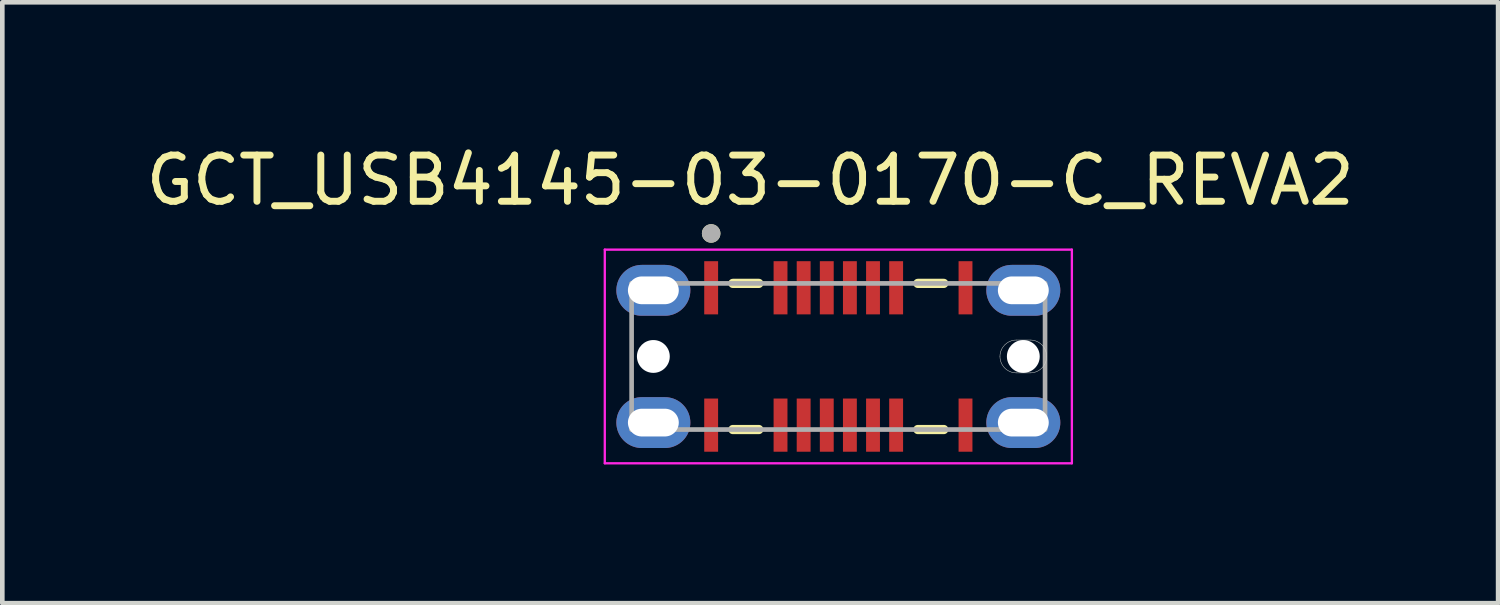
<source format=kicad_pcb>
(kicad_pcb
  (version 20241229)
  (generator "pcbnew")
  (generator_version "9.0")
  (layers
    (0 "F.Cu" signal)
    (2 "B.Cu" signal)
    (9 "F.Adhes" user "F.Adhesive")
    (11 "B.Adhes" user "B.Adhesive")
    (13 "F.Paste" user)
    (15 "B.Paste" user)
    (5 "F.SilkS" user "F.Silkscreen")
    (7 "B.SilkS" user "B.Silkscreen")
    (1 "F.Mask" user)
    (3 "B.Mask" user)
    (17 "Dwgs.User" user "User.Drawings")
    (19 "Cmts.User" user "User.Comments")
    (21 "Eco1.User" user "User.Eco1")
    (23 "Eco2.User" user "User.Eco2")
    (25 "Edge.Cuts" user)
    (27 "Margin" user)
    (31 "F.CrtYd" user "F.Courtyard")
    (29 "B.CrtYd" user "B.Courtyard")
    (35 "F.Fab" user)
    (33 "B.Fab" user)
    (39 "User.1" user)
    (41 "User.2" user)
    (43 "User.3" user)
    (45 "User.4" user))
  (footprint "GCT_USB4145-03-0170-C_REVA2"
    (layer "F.Cu")
    (at 15.078 4.658)
    (property "Reference" "GCT_USB4145-03-0170-C_REVA2" (at -1.905 -3.81 0) (layer "F.SilkS") (effects (font (size 1 1) (thickness 0.15))))
    (attr smd)
    (fp_line (start -2.28 -1.58) (end -1.72 -1.58) (stroke (width 0.2) (type solid)) (layer "F.SilkS"))
    (fp_line (start -2.28 1.58) (end -1.72 1.58) (stroke (width 0.2) (type solid)) (layer "F.SilkS"))
    (fp_line (start 1.72 -1.58) (end 2.28 -1.58) (stroke (width 0.2) (type solid)) (layer "F.SilkS"))
    (fp_line (start 1.72 1.58) (end 2.28 1.58) (stroke (width 0.2) (type solid)) (layer "F.SilkS"))
    (fp_circle (center -2.75 -2.66) (end -2.65 -2.66) (stroke (width 0.2) (type solid)) (fill no) (layer "F.SilkS"))
    (fp_line (start 3.85 -0.355) (end 4.15 -0.355) (stroke (width 0.01) (type solid)) (layer "Edge.Cuts"))
    (fp_line (start 4.15 0.355) (end 3.85 0.355) (stroke (width 0.01) (type solid)) (layer "Edge.Cuts"))
    (fp_arc (start 3.495 0) (mid 3.598977 -0.251023) (end 3.85 -0.355) (stroke (width 0.01) (type solid)) (layer "Edge.Cuts"))
    (fp_arc (start 3.85 0.355) (mid 3.598977 0.251023) (end 3.495 0) (stroke (width 0.01) (type solid)) (layer "Edge.Cuts"))
    (fp_arc (start 4.15 -0.355) (mid 4.401023 -0.251023) (end 4.505 0) (stroke (width 0.01) (type solid)) (layer "Edge.Cuts"))
    (fp_arc (start 4.505 0) (mid 4.401023 0.251023) (end 4.15 0.355) (stroke (width 0.01) (type solid)) (layer "Edge.Cuts"))
    (fp_line (start -5.05 -2.31) (end -5.05 2.31) (stroke (width 0.05) (type solid)) (layer "F.CrtYd"))
    (fp_line (start -5.05 2.31) (end 5.05 2.31) (stroke (width 0.05) (type solid)) (layer "F.CrtYd"))
    (fp_line (start 5.05 -2.31) (end -5.05 -2.31) (stroke (width 0.05) (type solid)) (layer "F.CrtYd"))
    (fp_line (start 5.05 2.31) (end 5.05 -2.31) (stroke (width 0.05) (type solid)) (layer "F.CrtYd"))
    (fp_line (start -4.47 -1.58) (end 4.47 -1.58) (stroke (width 0.1) (type solid)) (layer "F.Fab"))
    (fp_line (start -4.47 1.58) (end -4.47 -1.58) (stroke (width 0.1) (type solid)) (layer "F.Fab"))
    (fp_line (start 4.47 -1.58) (end 4.47 1.58) (stroke (width 0.1) (type solid)) (layer "F.Fab"))
    (fp_line (start 4.47 1.58) (end -4.47 1.58) (stroke (width 0.1) (type solid)) (layer "F.Fab"))
    (fp_circle (center -2.75 -2.66) (end -2.65 -2.66) (stroke (width 0.2) (type solid)) (fill no) (layer "F.Fab"))
    (pad "" np_thru_hole circle (at -4 0) (size 0.71 0.71) (drill 0.71) (layers "*.Cu" "*.Mask"))
    (pad "" np_thru_hole circle (at 4 0) (size 0.71 0.71) (drill 0.71) (layers "*.Cu" "*.Mask"))
    (pad "A1" smd rect (at -2.75 -1.485) (size 0.3 1.15) (layers "F.Cu" "F.Mask" "F.Paste"))
    (pad "A4" smd rect (at -1.25 -1.485) (size 0.3 1.15) (layers "F.Cu" "F.Mask" "F.Paste"))
    (pad "A5" smd rect (at -0.75 -1.485) (size 0.3 1.15) (layers "F.Cu" "F.Mask" "F.Paste"))
    (pad "A6" smd rect (at -0.25 -1.485) (size 0.3 1.15) (layers "F.Cu" "F.Mask" "F.Paste"))
    (pad "A7" smd rect (at 0.25 -1.485) (size 0.3 1.15) (layers "F.Cu" "F.Mask" "F.Paste"))
    (pad "A8" smd rect (at 0.75 -1.485) (size 0.3 1.15) (layers "F.Cu" "F.Mask" "F.Paste"))
    (pad "A9" smd rect (at 1.25 -1.485) (size 0.3 1.15) (layers "F.Cu" "F.Mask" "F.Paste"))
    (pad "A12" smd rect (at 2.75 -1.485) (size 0.3 1.15) (layers "F.Cu" "F.Mask" "F.Paste"))
    (pad "B1" smd rect (at 2.75 1.485) (size 0.3 1.15) (layers "F.Cu" "F.Mask" "F.Paste"))
    (pad "B4" smd rect (at 1.25 1.485) (size 0.3 1.15) (layers "F.Cu" "F.Mask" "F.Paste"))
    (pad "B5" smd rect (at 0.75 1.485) (size 0.3 1.15) (layers "F.Cu" "F.Mask" "F.Paste"))
    (pad "B6" smd rect (at 0.25 1.485) (size 0.3 1.15) (layers "F.Cu" "F.Mask" "F.Paste"))
    (pad "B7" smd rect (at -0.25 1.485) (size 0.3 1.15) (layers "F.Cu" "F.Mask" "F.Paste"))
    (pad "B8" smd rect (at -0.75 1.485) (size 0.3 1.15) (layers "F.Cu" "F.Mask" "F.Paste"))
    (pad "B9" smd rect (at -1.25 1.485) (size 0.3 1.15) (layers "F.Cu" "F.Mask" "F.Paste"))
    (pad "B12" smd rect (at -2.75 1.485) (size 0.3 1.15) (layers "F.Cu" "F.Mask" "F.Paste"))
    (pad "S1" thru_hole oval (at -4 -1.43) (size 1.6 1.1) (drill oval 1.1 0.6) (layers "*.Cu" "*.Mask"))
    (pad "S2" thru_hole oval (at 4 -1.43) (size 1.6 1.1) (drill oval 1.1 0.6) (layers "*.Cu" "*.Mask"))
    (pad "S3" thru_hole oval (at -4 1.43) (size 1.6 1.1) (drill oval 1.1 0.6) (layers "*.Cu" "*.Mask"))
    (pad "S4" thru_hole oval (at 4 1.43) (size 1.6 1.1) (drill oval 1.1 0.6) (layers "*.Cu" "*.Mask")))
  (gr_rect
    (start -3 -3)
    (end 29.345 9.993)
    (stroke (width 0.1) (type default))
    (fill no)
    (layer "Edge.Cuts")))
</source>
